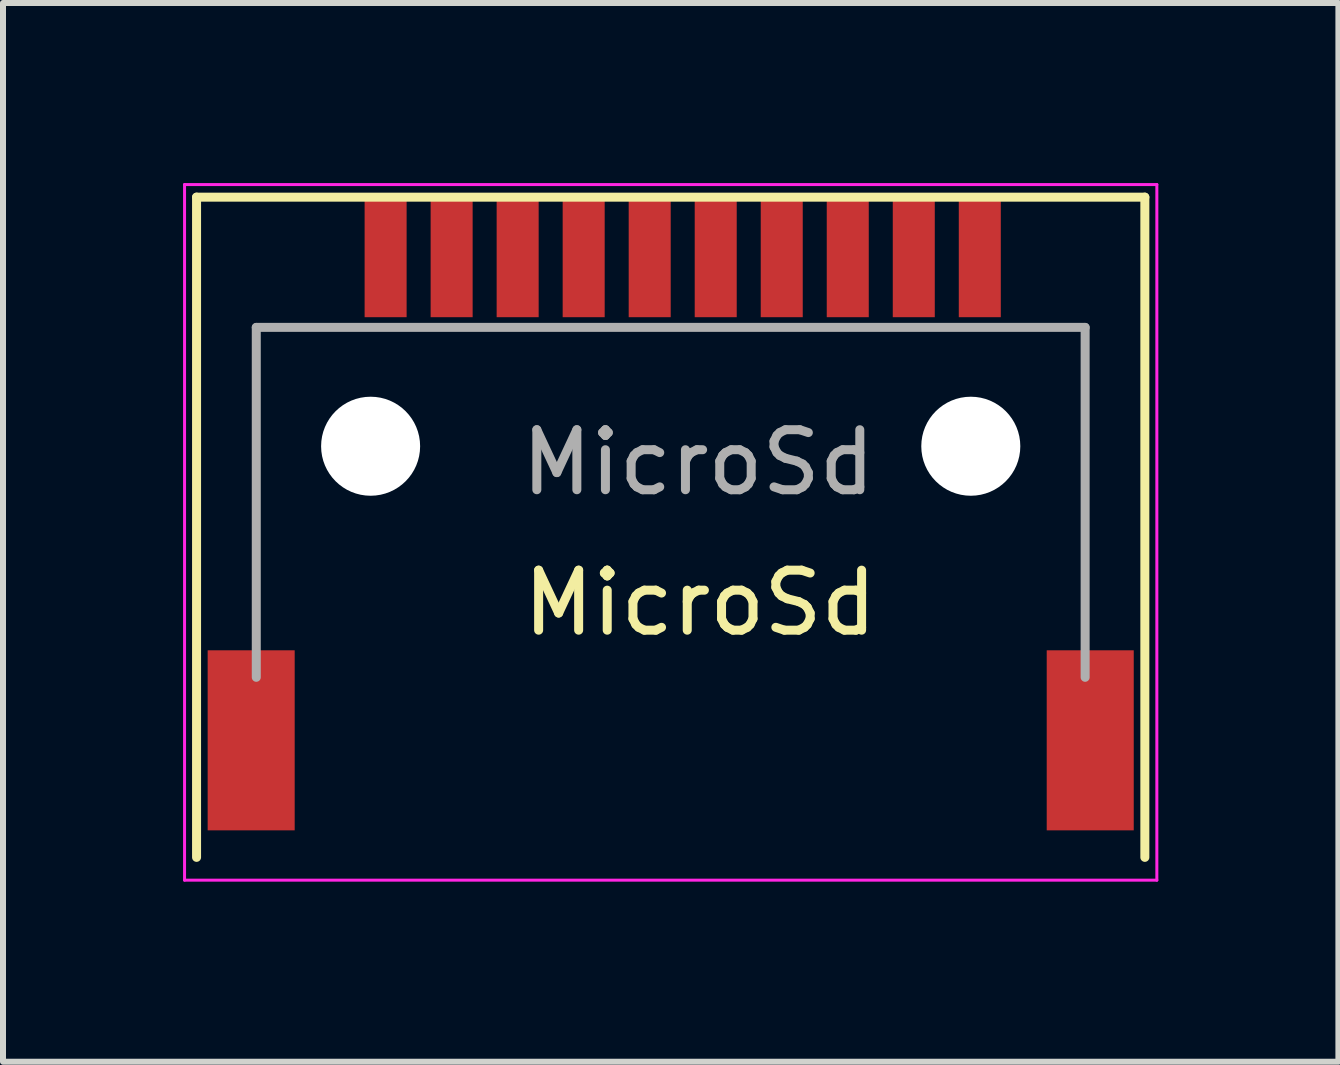
<source format=kicad_pcb>
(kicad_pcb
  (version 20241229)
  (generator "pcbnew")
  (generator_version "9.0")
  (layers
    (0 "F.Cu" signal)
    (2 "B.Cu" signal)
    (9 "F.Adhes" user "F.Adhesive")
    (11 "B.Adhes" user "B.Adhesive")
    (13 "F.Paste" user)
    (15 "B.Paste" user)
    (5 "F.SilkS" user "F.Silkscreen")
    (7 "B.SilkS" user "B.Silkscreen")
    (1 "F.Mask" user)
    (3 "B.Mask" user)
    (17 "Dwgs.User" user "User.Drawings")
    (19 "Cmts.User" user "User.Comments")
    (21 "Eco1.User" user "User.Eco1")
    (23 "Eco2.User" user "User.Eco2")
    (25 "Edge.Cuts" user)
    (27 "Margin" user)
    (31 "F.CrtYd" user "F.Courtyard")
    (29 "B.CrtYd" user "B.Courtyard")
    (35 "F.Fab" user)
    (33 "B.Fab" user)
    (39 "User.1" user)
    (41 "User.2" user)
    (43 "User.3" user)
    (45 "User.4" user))
  (footprint "MicroSd"
    (layer "F.Cu")
    (at 8.125 1.235)
    (property "Reference" "MicroSd" (at 0.49 5.76 0) (layer "F.SilkS") (effects (font (size 1 1) (thickness 0.15))))
    (attr smd)
    (fp_line (start -7.9 -1) (end -7.9 10) (stroke (width 0.15) (type solid)) (layer "F.SilkS"))
    (fp_line (start 7.9 -1) (end -7.9 -1) (stroke (width 0.15) (type solid)) (layer "F.SilkS"))
    (fp_line (start 7.9 10) (end 7.9 -1) (stroke (width 0.15) (type solid)) (layer "F.SilkS"))
    (fp_line (start -8.1 -1.21) (end 8.1 -1.21) (stroke (width 0.05) (type solid)) (layer "F.CrtYd"))
    (fp_line (start -8.1 10.38) (end -8.1 -1.21) (stroke (width 0.05) (type solid)) (layer "F.CrtYd"))
    (fp_line (start 8.1 -1.21) (end 8.1 10.38) (stroke (width 0.05) (type solid)) (layer "F.CrtYd"))
    (fp_line (start 8.1 10.38) (end -8.1 10.38) (stroke (width 0.05) (type solid)) (layer "F.CrtYd"))
    (fp_line (start -6.905 1.17) (end -6.905 7) (stroke (width 0.15) (type solid)) (layer "F.Fab"))
    (fp_line (start 6.905 1.17) (end -6.905 1.17) (stroke (width 0.15) (type solid)) (layer "F.Fab"))
    (fp_line (start 6.905 7) (end 6.905 1.17) (stroke (width 0.15) (type solid)) (layer "F.Fab"))
    (fp_text user "${REFERENCE}" (at 0.46 3.42 0) (layer "F.Fab") (effects (font (size 1 1) (thickness 0.15))))
    (pad "" np_thru_hole circle (at -5 3.15) (size 1.65 1.65) (drill 1.65) (layers "*.Cu" "*.Mask"))
    (pad "" np_thru_hole circle (at 5 3.15) (size 1.65 1.65) (drill 1.65) (layers "*.Cu" "*.Mask"))
    (pad "1" smd rect (at 2.95 0) (size 0.7 2) (layers "F.Cu" "F.Mask" "F.Paste"))
    (pad "2" smd rect (at 1.85 0) (size 0.7 2) (layers "F.Cu" "F.Mask" "F.Paste"))
    (pad "3" smd rect (at 0.75 0) (size 0.7 2) (layers "F.Cu" "F.Mask" "F.Paste"))
    (pad "4" smd rect (at -0.35 0) (size 0.7 2) (layers "F.Cu" "F.Mask" "F.Paste"))
    (pad "5" smd rect (at -1.45 0) (size 0.7 2) (layers "F.Cu" "F.Mask" "F.Paste"))
    (pad "6" smd rect (at -2.55 0) (size 0.7 2) (layers "F.Cu" "F.Mask" "F.Paste"))
    (pad "7" smd rect (at -3.65 0) (size 0.7 2) (layers "F.Cu" "F.Mask" "F.Paste"))
    (pad "8" smd rect (at -4.75 0) (size 0.7 2) (layers "F.Cu" "F.Mask" "F.Paste"))
    (pad "9" smd rect (at 5.15 0) (size 0.7 2) (layers "F.Cu" "F.Mask" "F.Paste"))
    (pad "10" smd rect (at 4.05 0) (size 0.7 2) (layers "F.Cu" "F.Mask" "F.Paste"))
    (pad "11" smd rect (at -6.99 8.05) (size 1.45 3) (layers "F.Cu" "F.Mask" "F.Paste"))
    (pad "11" smd rect (at 6.99 8.05) (size 1.45 3) (layers "F.Cu" "F.Mask" "F.Paste")))
  (gr_rect
    (start -3 -3)
    (end 19.25 14.64)
    (stroke (width 0.1) (type default))
    (fill no)
    (layer "Edge.Cuts")))
</source>
